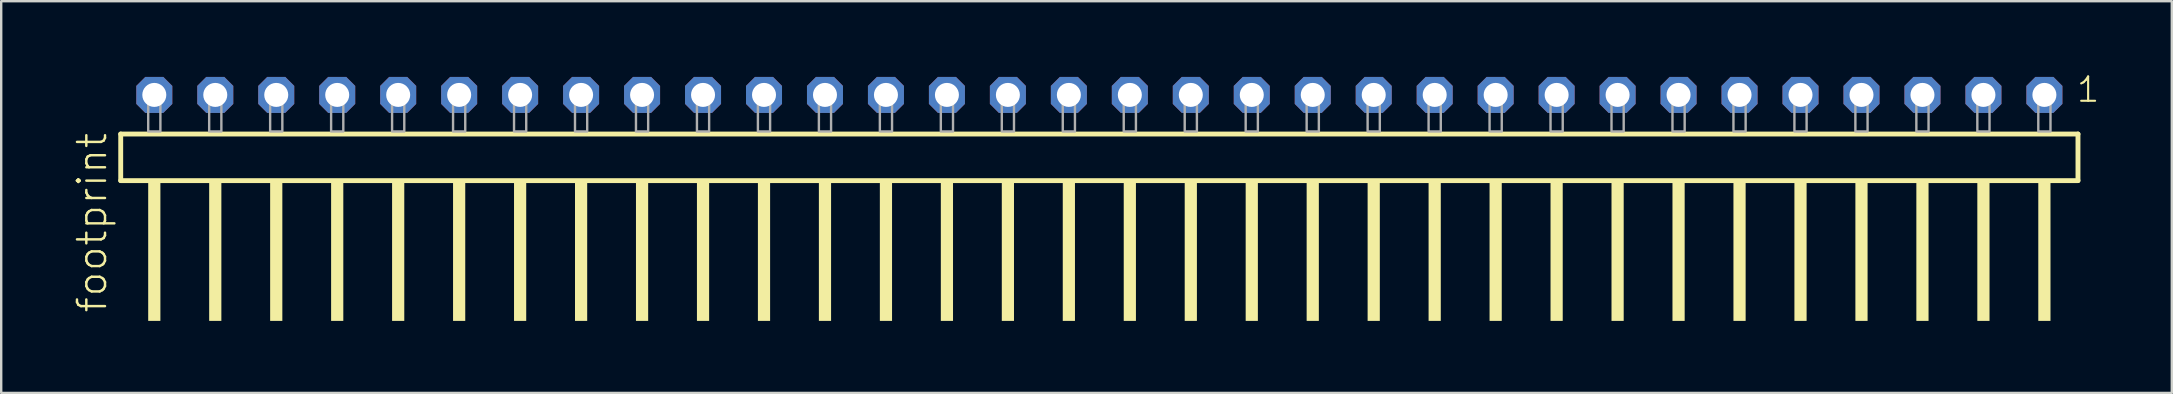
<source format=kicad_pcb>
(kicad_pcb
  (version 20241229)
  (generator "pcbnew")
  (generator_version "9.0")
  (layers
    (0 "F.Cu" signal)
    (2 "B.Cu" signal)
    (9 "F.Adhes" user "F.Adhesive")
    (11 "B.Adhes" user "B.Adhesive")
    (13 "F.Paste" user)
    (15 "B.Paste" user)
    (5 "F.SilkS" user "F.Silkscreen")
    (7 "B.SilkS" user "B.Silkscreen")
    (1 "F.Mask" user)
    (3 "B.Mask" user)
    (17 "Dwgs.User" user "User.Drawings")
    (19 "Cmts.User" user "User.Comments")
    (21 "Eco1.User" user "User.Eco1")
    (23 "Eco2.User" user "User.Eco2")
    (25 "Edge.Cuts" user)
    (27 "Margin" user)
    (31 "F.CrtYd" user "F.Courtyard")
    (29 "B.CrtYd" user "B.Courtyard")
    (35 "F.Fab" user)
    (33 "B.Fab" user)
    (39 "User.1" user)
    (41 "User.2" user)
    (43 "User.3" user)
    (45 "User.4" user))
  (footprint "footprint"
    (layer "F.Cu")
    (at 42.748 2.428)
    (property "Reference" "footprint" (at -41.275 7.62 90) (layer "F.SilkS") (effects (font (size 1.168 1.168) (thickness 0.102)) (justify left bottom)))
    (fp_line (start -40.769 0.106) (end -40.769 2.046) (stroke (width 0.203) (type solid)) (layer "F.SilkS"))
    (fp_line (start -40.769 2.046) (end 40.769 2.046) (stroke (width 0.203) (type solid)) (layer "F.SilkS"))
    (fp_line (start 40.769 0.106) (end -40.769 0.106) (stroke (width 0.203) (type solid)) (layer "F.SilkS"))
    (fp_line (start 40.769 2.046) (end 40.769 0.106) (stroke (width 0.203) (type solid)) (layer "F.SilkS"))
    (fp_poly (pts (xy -39.624 7.89) (xy -39.116 7.89) (xy -39.116 2.04) (xy -39.624 2.04)) (stroke (width 0) (type solid)) (fill yes) (layer "F.SilkS"))
    (fp_poly (pts (xy -37.084 7.89) (xy -36.576 7.89) (xy -36.576 2.04) (xy -37.084 2.04)) (stroke (width 0) (type solid)) (fill yes) (layer "F.SilkS"))
    (fp_poly (pts (xy -34.544 7.89) (xy -34.036 7.89) (xy -34.036 2.04) (xy -34.544 2.04)) (stroke (width 0) (type solid)) (fill yes) (layer "F.SilkS"))
    (fp_poly (pts (xy -32.004 7.89) (xy -31.496 7.89) (xy -31.496 2.04) (xy -32.004 2.04)) (stroke (width 0) (type solid)) (fill yes) (layer "F.SilkS"))
    (fp_poly (pts (xy -29.464 7.89) (xy -28.956 7.89) (xy -28.956 2.04) (xy -29.464 2.04)) (stroke (width 0) (type solid)) (fill yes) (layer "F.SilkS"))
    (fp_poly (pts (xy -26.924 7.89) (xy -26.416 7.89) (xy -26.416 2.04) (xy -26.924 2.04)) (stroke (width 0) (type solid)) (fill yes) (layer "F.SilkS"))
    (fp_poly (pts (xy -24.384 7.89) (xy -23.876 7.89) (xy -23.876 2.04) (xy -24.384 2.04)) (stroke (width 0) (type solid)) (fill yes) (layer "F.SilkS"))
    (fp_poly (pts (xy -21.844 7.89) (xy -21.336 7.89) (xy -21.336 2.04) (xy -21.844 2.04)) (stroke (width 0) (type solid)) (fill yes) (layer "F.SilkS"))
    (fp_poly (pts (xy -19.304 7.89) (xy -18.796 7.89) (xy -18.796 2.04) (xy -19.304 2.04)) (stroke (width 0) (type solid)) (fill yes) (layer "F.SilkS"))
    (fp_poly (pts (xy -16.764 7.89) (xy -16.256 7.89) (xy -16.256 2.04) (xy -16.764 2.04)) (stroke (width 0) (type solid)) (fill yes) (layer "F.SilkS"))
    (fp_poly (pts (xy -14.224 7.89) (xy -13.716 7.89) (xy -13.716 2.04) (xy -14.224 2.04)) (stroke (width 0) (type solid)) (fill yes) (layer "F.SilkS"))
    (fp_poly (pts (xy -11.684 7.89) (xy -11.176 7.89) (xy -11.176 2.04) (xy -11.684 2.04)) (stroke (width 0) (type solid)) (fill yes) (layer "F.SilkS"))
    (fp_poly (pts (xy -9.144 7.89) (xy -8.636 7.89) (xy -8.636 2.04) (xy -9.144 2.04)) (stroke (width 0) (type solid)) (fill yes) (layer "F.SilkS"))
    (fp_poly (pts (xy -6.604 7.89) (xy -6.096 7.89) (xy -6.096 2.04) (xy -6.604 2.04)) (stroke (width 0) (type solid)) (fill yes) (layer "F.SilkS"))
    (fp_poly (pts (xy -4.064 7.89) (xy -3.556 7.89) (xy -3.556 2.04) (xy -4.064 2.04)) (stroke (width 0) (type solid)) (fill yes) (layer "F.SilkS"))
    (fp_poly (pts (xy -1.524 7.89) (xy -1.016 7.89) (xy -1.016 2.04) (xy -1.524 2.04)) (stroke (width 0) (type solid)) (fill yes) (layer "F.SilkS"))
    (fp_poly (pts (xy 1.016 7.89) (xy 1.524 7.89) (xy 1.524 2.04) (xy 1.016 2.04)) (stroke (width 0) (type solid)) (fill yes) (layer "F.SilkS"))
    (fp_poly (pts (xy 3.556 7.89) (xy 4.064 7.89) (xy 4.064 2.04) (xy 3.556 2.04)) (stroke (width 0) (type solid)) (fill yes) (layer "F.SilkS"))
    (fp_poly (pts (xy 6.096 7.89) (xy 6.604 7.89) (xy 6.604 2.04) (xy 6.096 2.04)) (stroke (width 0) (type solid)) (fill yes) (layer "F.SilkS"))
    (fp_poly (pts (xy 8.636 7.89) (xy 9.144 7.89) (xy 9.144 2.04) (xy 8.636 2.04)) (stroke (width 0) (type solid)) (fill yes) (layer "F.SilkS"))
    (fp_poly (pts (xy 11.176 7.89) (xy 11.684 7.89) (xy 11.684 2.04) (xy 11.176 2.04)) (stroke (width 0) (type solid)) (fill yes) (layer "F.SilkS"))
    (fp_poly (pts (xy 13.716 7.89) (xy 14.224 7.89) (xy 14.224 2.04) (xy 13.716 2.04)) (stroke (width 0) (type solid)) (fill yes) (layer "F.SilkS"))
    (fp_poly (pts (xy 16.256 7.89) (xy 16.764 7.89) (xy 16.764 2.04) (xy 16.256 2.04)) (stroke (width 0) (type solid)) (fill yes) (layer "F.SilkS"))
    (fp_poly (pts (xy 18.796 7.89) (xy 19.304 7.89) (xy 19.304 2.04) (xy 18.796 2.04)) (stroke (width 0) (type solid)) (fill yes) (layer "F.SilkS"))
    (fp_poly (pts (xy 21.336 7.89) (xy 21.844 7.89) (xy 21.844 2.04) (xy 21.336 2.04)) (stroke (width 0) (type solid)) (fill yes) (layer "F.SilkS"))
    (fp_poly (pts (xy 23.876 7.89) (xy 24.384 7.89) (xy 24.384 2.04) (xy 23.876 2.04)) (stroke (width 0) (type solid)) (fill yes) (layer "F.SilkS"))
    (fp_poly (pts (xy 26.416 7.89) (xy 26.924 7.89) (xy 26.924 2.04) (xy 26.416 2.04)) (stroke (width 0) (type solid)) (fill yes) (layer "F.SilkS"))
    (fp_poly (pts (xy 28.956 7.89) (xy 29.464 7.89) (xy 29.464 2.04) (xy 28.956 2.04)) (stroke (width 0) (type solid)) (fill yes) (layer "F.SilkS"))
    (fp_poly (pts (xy 31.496 7.89) (xy 32.004 7.89) (xy 32.004 2.04) (xy 31.496 2.04)) (stroke (width 0) (type solid)) (fill yes) (layer "F.SilkS"))
    (fp_poly (pts (xy 34.036 7.89) (xy 34.544 7.89) (xy 34.544 2.04) (xy 34.036 2.04)) (stroke (width 0) (type solid)) (fill yes) (layer "F.SilkS"))
    (fp_poly (pts (xy 36.576 7.89) (xy 37.084 7.89) (xy 37.084 2.04) (xy 36.576 2.04)) (stroke (width 0) (type solid)) (fill yes) (layer "F.SilkS"))
    (fp_poly (pts (xy 39.116 7.89) (xy 39.624 7.89) (xy 39.624 2.04) (xy 39.116 2.04)) (stroke (width 0) (type solid)) (fill yes) (layer "F.SilkS"))
    (fp_poly (pts (xy -39.624 0) (xy -39.116 0) (xy -39.116 -1.778) (xy -39.624 -1.778)) (stroke (width 0.1) (type solid)) (fill no) (layer "F.Fab"))
    (fp_poly (pts (xy -37.084 0) (xy -36.576 0) (xy -36.576 -1.778) (xy -37.084 -1.778)) (stroke (width 0.1) (type solid)) (fill no) (layer "F.Fab"))
    (fp_poly (pts (xy -34.544 0) (xy -34.036 0) (xy -34.036 -1.778) (xy -34.544 -1.778)) (stroke (width 0.1) (type solid)) (fill no) (layer "F.Fab"))
    (fp_poly (pts (xy -32.004 0) (xy -31.496 0) (xy -31.496 -1.778) (xy -32.004 -1.778)) (stroke (width 0.1) (type solid)) (fill no) (layer "F.Fab"))
    (fp_poly (pts (xy -29.464 0) (xy -28.956 0) (xy -28.956 -1.778) (xy -29.464 -1.778)) (stroke (width 0.1) (type solid)) (fill no) (layer "F.Fab"))
    (fp_poly (pts (xy -26.924 0) (xy -26.416 0) (xy -26.416 -1.778) (xy -26.924 -1.778)) (stroke (width 0.1) (type solid)) (fill no) (layer "F.Fab"))
    (fp_poly (pts (xy -24.384 0) (xy -23.876 0) (xy -23.876 -1.778) (xy -24.384 -1.778)) (stroke (width 0.1) (type solid)) (fill no) (layer "F.Fab"))
    (fp_poly (pts (xy -21.844 0) (xy -21.336 0) (xy -21.336 -1.778) (xy -21.844 -1.778)) (stroke (width 0.1) (type solid)) (fill no) (layer "F.Fab"))
    (fp_poly (pts (xy -19.304 0) (xy -18.796 0) (xy -18.796 -1.778) (xy -19.304 -1.778)) (stroke (width 0.1) (type solid)) (fill no) (layer "F.Fab"))
    (fp_poly (pts (xy -16.764 0) (xy -16.256 0) (xy -16.256 -1.778) (xy -16.764 -1.778)) (stroke (width 0.1) (type solid)) (fill no) (layer "F.Fab"))
    (fp_poly (pts (xy -14.224 0) (xy -13.716 0) (xy -13.716 -1.778) (xy -14.224 -1.778)) (stroke (width 0.1) (type solid)) (fill no) (layer "F.Fab"))
    (fp_poly (pts (xy -11.684 0) (xy -11.176 0) (xy -11.176 -1.778) (xy -11.684 -1.778)) (stroke (width 0.1) (type solid)) (fill no) (layer "F.Fab"))
    (fp_poly (pts (xy -9.144 0) (xy -8.636 0) (xy -8.636 -1.778) (xy -9.144 -1.778)) (stroke (width 0.1) (type solid)) (fill no) (layer "F.Fab"))
    (fp_poly (pts (xy -6.604 0) (xy -6.096 0) (xy -6.096 -1.778) (xy -6.604 -1.778)) (stroke (width 0.1) (type solid)) (fill no) (layer "F.Fab"))
    (fp_poly (pts (xy -4.064 0) (xy -3.556 0) (xy -3.556 -1.778) (xy -4.064 -1.778)) (stroke (width 0.1) (type solid)) (fill no) (layer "F.Fab"))
    (fp_poly (pts (xy -1.524 0) (xy -1.016 0) (xy -1.016 -1.778) (xy -1.524 -1.778)) (stroke (width 0.1) (type solid)) (fill no) (layer "F.Fab"))
    (fp_poly (pts (xy 1.016 0) (xy 1.524 0) (xy 1.524 -1.778) (xy 1.016 -1.778)) (stroke (width 0.1) (type solid)) (fill no) (layer "F.Fab"))
    (fp_poly (pts (xy 3.556 0) (xy 4.064 0) (xy 4.064 -1.778) (xy 3.556 -1.778)) (stroke (width 0.1) (type solid)) (fill no) (layer "F.Fab"))
    (fp_poly (pts (xy 6.096 0) (xy 6.604 0) (xy 6.604 -1.778) (xy 6.096 -1.778)) (stroke (width 0.1) (type solid)) (fill no) (layer "F.Fab"))
    (fp_poly (pts (xy 8.636 0) (xy 9.144 0) (xy 9.144 -1.778) (xy 8.636 -1.778)) (stroke (width 0.1) (type solid)) (fill no) (layer "F.Fab"))
    (fp_poly (pts (xy 11.176 0) (xy 11.684 0) (xy 11.684 -1.778) (xy 11.176 -1.778)) (stroke (width 0.1) (type solid)) (fill no) (layer "F.Fab"))
    (fp_poly (pts (xy 13.716 0) (xy 14.224 0) (xy 14.224 -1.778) (xy 13.716 -1.778)) (stroke (width 0.1) (type solid)) (fill no) (layer "F.Fab"))
    (fp_poly (pts (xy 16.256 0) (xy 16.764 0) (xy 16.764 -1.778) (xy 16.256 -1.778)) (stroke (width 0.1) (type solid)) (fill no) (layer "F.Fab"))
    (fp_poly (pts (xy 18.796 0) (xy 19.304 0) (xy 19.304 -1.778) (xy 18.796 -1.778)) (stroke (width 0.1) (type solid)) (fill no) (layer "F.Fab"))
    (fp_poly (pts (xy 21.336 0) (xy 21.844 0) (xy 21.844 -1.778) (xy 21.336 -1.778)) (stroke (width 0.1) (type solid)) (fill no) (layer "F.Fab"))
    (fp_poly (pts (xy 23.876 0) (xy 24.384 0) (xy 24.384 -1.778) (xy 23.876 -1.778)) (stroke (width 0.1) (type solid)) (fill no) (layer "F.Fab"))
    (fp_poly (pts (xy 26.416 0) (xy 26.924 0) (xy 26.924 -1.778) (xy 26.416 -1.778)) (stroke (width 0.1) (type solid)) (fill no) (layer "F.Fab"))
    (fp_poly (pts (xy 28.956 0) (xy 29.464 0) (xy 29.464 -1.778) (xy 28.956 -1.778)) (stroke (width 0.1) (type solid)) (fill no) (layer "F.Fab"))
    (fp_poly (pts (xy 31.496 0) (xy 32.004 0) (xy 32.004 -1.778) (xy 31.496 -1.778)) (stroke (width 0.1) (type solid)) (fill no) (layer "F.Fab"))
    (fp_poly (pts (xy 34.036 0) (xy 34.544 0) (xy 34.544 -1.778) (xy 34.036 -1.778)) (stroke (width 0.1) (type solid)) (fill no) (layer "F.Fab"))
    (fp_poly (pts (xy 36.576 0) (xy 37.084 0) (xy 37.084 -1.778) (xy 36.576 -1.778)) (stroke (width 0.1) (type solid)) (fill no) (layer "F.Fab"))
    (fp_poly (pts (xy 39.116 0) (xy 39.624 0) (xy 39.624 -1.778) (xy 39.116 -1.778)) (stroke (width 0.1) (type solid)) (fill no) (layer "F.Fab"))
    (fp_text user "1" (at 40.652 -1.152 0) (layer "F.SilkS") (effects (font (size 1.012 1.012) (thickness 0.088)) (justify left bottom)))
    (pad "1" thru_hole roundrect (at 39.37 -1.524 180) (size 1.5 1.5) (drill 1) (layers "*.Cu" "*.Mask") (roundrect_rratio 0.25) (chamfer_ratio 0.25) (chamfer top_left top_right bottom_left bottom_right))
    (pad "2" thru_hole roundrect (at 36.83 -1.524 180) (size 1.5 1.5) (drill 1) (layers "*.Cu" "*.Mask") (roundrect_rratio 0.25) (chamfer_ratio 0.25) (chamfer top_left top_right bottom_left bottom_right))
    (pad "3" thru_hole roundrect (at 34.29 -1.524 180) (size 1.5 1.5) (drill 1) (layers "*.Cu" "*.Mask") (roundrect_rratio 0.25) (chamfer_ratio 0.25) (chamfer top_left top_right bottom_left bottom_right))
    (pad "4" thru_hole roundrect (at 31.75 -1.524 180) (size 1.5 1.5) (drill 1) (layers "*.Cu" "*.Mask") (roundrect_rratio 0.25) (chamfer_ratio 0.25) (chamfer top_left top_right bottom_left bottom_right))
    (pad "5" thru_hole roundrect (at 29.21 -1.524 180) (size 1.5 1.5) (drill 1) (layers "*.Cu" "*.Mask") (roundrect_rratio 0.25) (chamfer_ratio 0.25) (chamfer top_left top_right bottom_left bottom_right))
    (pad "6" thru_hole roundrect (at 26.67 -1.524 180) (size 1.5 1.5) (drill 1) (layers "*.Cu" "*.Mask") (roundrect_rratio 0.25) (chamfer_ratio 0.25) (chamfer top_left top_right bottom_left bottom_right))
    (pad "7" thru_hole roundrect (at 24.13 -1.524 180) (size 1.5 1.5) (drill 1) (layers "*.Cu" "*.Mask") (roundrect_rratio 0.25) (chamfer_ratio 0.25) (chamfer top_left top_right bottom_left bottom_right))
    (pad "8" thru_hole roundrect (at 21.59 -1.524 180) (size 1.5 1.5) (drill 1) (layers "*.Cu" "*.Mask") (roundrect_rratio 0.25) (chamfer_ratio 0.25) (chamfer top_left top_right bottom_left bottom_right))
    (pad "9" thru_hole roundrect (at 19.05 -1.524 180) (size 1.5 1.5) (drill 1) (layers "*.Cu" "*.Mask") (roundrect_rratio 0.25) (chamfer_ratio 0.25) (chamfer top_left top_right bottom_left bottom_right))
    (pad "10" thru_hole roundrect (at 16.51 -1.524 180) (size 1.5 1.5) (drill 1) (layers "*.Cu" "*.Mask") (roundrect_rratio 0.25) (chamfer_ratio 0.25) (chamfer top_left top_right bottom_left bottom_right))
    (pad "11" thru_hole roundrect (at 13.97 -1.524 180) (size 1.5 1.5) (drill 1) (layers "*.Cu" "*.Mask") (roundrect_rratio 0.25) (chamfer_ratio 0.25) (chamfer top_left top_right bottom_left bottom_right))
    (pad "12" thru_hole roundrect (at 11.43 -1.524 180) (size 1.5 1.5) (drill 1) (layers "*.Cu" "*.Mask") (roundrect_rratio 0.25) (chamfer_ratio 0.25) (chamfer top_left top_right bottom_left bottom_right))
    (pad "13" thru_hole roundrect (at 8.89 -1.524 180) (size 1.5 1.5) (drill 1) (layers "*.Cu" "*.Mask") (roundrect_rratio 0.25) (chamfer_ratio 0.25) (chamfer top_left top_right bottom_left bottom_right))
    (pad "14" thru_hole roundrect (at 6.35 -1.524 180) (size 1.5 1.5) (drill 1) (layers "*.Cu" "*.Mask") (roundrect_rratio 0.25) (chamfer_ratio 0.25) (chamfer top_left top_right bottom_left bottom_right))
    (pad "15" thru_hole roundrect (at 3.81 -1.524 180) (size 1.5 1.5) (drill 1) (layers "*.Cu" "*.Mask") (roundrect_rratio 0.25) (chamfer_ratio 0.25) (chamfer top_left top_right bottom_left bottom_right))
    (pad "16" thru_hole roundrect (at 1.27 -1.524 180) (size 1.5 1.5) (drill 1) (layers "*.Cu" "*.Mask") (roundrect_rratio 0.25) (chamfer_ratio 0.25) (chamfer top_left top_right bottom_left bottom_right))
    (pad "17" thru_hole roundrect (at -1.27 -1.524 180) (size 1.5 1.5) (drill 1) (layers "*.Cu" "*.Mask") (roundrect_rratio 0.25) (chamfer_ratio 0.25) (chamfer top_left top_right bottom_left bottom_right))
    (pad "18" thru_hole roundrect (at -3.81 -1.524 180) (size 1.5 1.5) (drill 1) (layers "*.Cu" "*.Mask") (roundrect_rratio 0.25) (chamfer_ratio 0.25) (chamfer top_left top_right bottom_left bottom_right))
    (pad "19" thru_hole roundrect (at -6.35 -1.524 180) (size 1.5 1.5) (drill 1) (layers "*.Cu" "*.Mask") (roundrect_rratio 0.25) (chamfer_ratio 0.25) (chamfer top_left top_right bottom_left bottom_right))
    (pad "20" thru_hole roundrect (at -8.89 -1.524 180) (size 1.5 1.5) (drill 1) (layers "*.Cu" "*.Mask") (roundrect_rratio 0.25) (chamfer_ratio 0.25) (chamfer top_left top_right bottom_left bottom_right))
    (pad "21" thru_hole roundrect (at -11.43 -1.524 180) (size 1.5 1.5) (drill 1) (layers "*.Cu" "*.Mask") (roundrect_rratio 0.25) (chamfer_ratio 0.25) (chamfer top_left top_right bottom_left bottom_right))
    (pad "22" thru_hole roundrect (at -13.97 -1.524 180) (size 1.5 1.5) (drill 1) (layers "*.Cu" "*.Mask") (roundrect_rratio 0.25) (chamfer_ratio 0.25) (chamfer top_left top_right bottom_left bottom_right))
    (pad "23" thru_hole roundrect (at -16.51 -1.524 180) (size 1.5 1.5) (drill 1) (layers "*.Cu" "*.Mask") (roundrect_rratio 0.25) (chamfer_ratio 0.25) (chamfer top_left top_right bottom_left bottom_right))
    (pad "24" thru_hole roundrect (at -19.05 -1.524 180) (size 1.5 1.5) (drill 1) (layers "*.Cu" "*.Mask") (roundrect_rratio 0.25) (chamfer_ratio 0.25) (chamfer top_left top_right bottom_left bottom_right))
    (pad "25" thru_hole roundrect (at -21.59 -1.524 180) (size 1.5 1.5) (drill 1) (layers "*.Cu" "*.Mask") (roundrect_rratio 0.25) (chamfer_ratio 0.25) (chamfer top_left top_right bottom_left bottom_right))
    (pad "26" thru_hole roundrect (at -24.13 -1.524 180) (size 1.5 1.5) (drill 1) (layers "*.Cu" "*.Mask") (roundrect_rratio 0.25) (chamfer_ratio 0.25) (chamfer top_left top_right bottom_left bottom_right))
    (pad "27" thru_hole roundrect (at -26.67 -1.524 180) (size 1.5 1.5) (drill 1) (layers "*.Cu" "*.Mask") (roundrect_rratio 0.25) (chamfer_ratio 0.25) (chamfer top_left top_right bottom_left bottom_right))
    (pad "28" thru_hole roundrect (at -29.21 -1.524 180) (size 1.5 1.5) (drill 1) (layers "*.Cu" "*.Mask") (roundrect_rratio 0.25) (chamfer_ratio 0.25) (chamfer top_left top_right bottom_left bottom_right))
    (pad "29" thru_hole roundrect (at -31.75 -1.524 180) (size 1.5 1.5) (drill 1) (layers "*.Cu" "*.Mask") (roundrect_rratio 0.25) (chamfer_ratio 0.25) (chamfer top_left top_right bottom_left bottom_right))
    (pad "30" thru_hole roundrect (at -34.29 -1.524 180) (size 1.5 1.5) (drill 1) (layers "*.Cu" "*.Mask") (roundrect_rratio 0.25) (chamfer_ratio 0.25) (chamfer top_left top_right bottom_left bottom_right))
    (pad "31" thru_hole roundrect (at -36.83 -1.524 180) (size 1.5 1.5) (drill 1) (layers "*.Cu" "*.Mask") (roundrect_rratio 0.25) (chamfer_ratio 0.25) (chamfer top_left top_right bottom_left bottom_right))
    (pad "32" thru_hole roundrect (at -39.37 -1.524 180) (size 1.5 1.5) (drill 1) (layers "*.Cu" "*.Mask") (roundrect_rratio 0.25) (chamfer_ratio 0.25) (chamfer top_left top_right bottom_left bottom_right)))
  (gr_rect
    (start -3 -3)
    (end 87.426 13.318)
    (stroke (width 0.1) (type default))
    (fill no)
    (layer "Edge.Cuts")))
</source>
